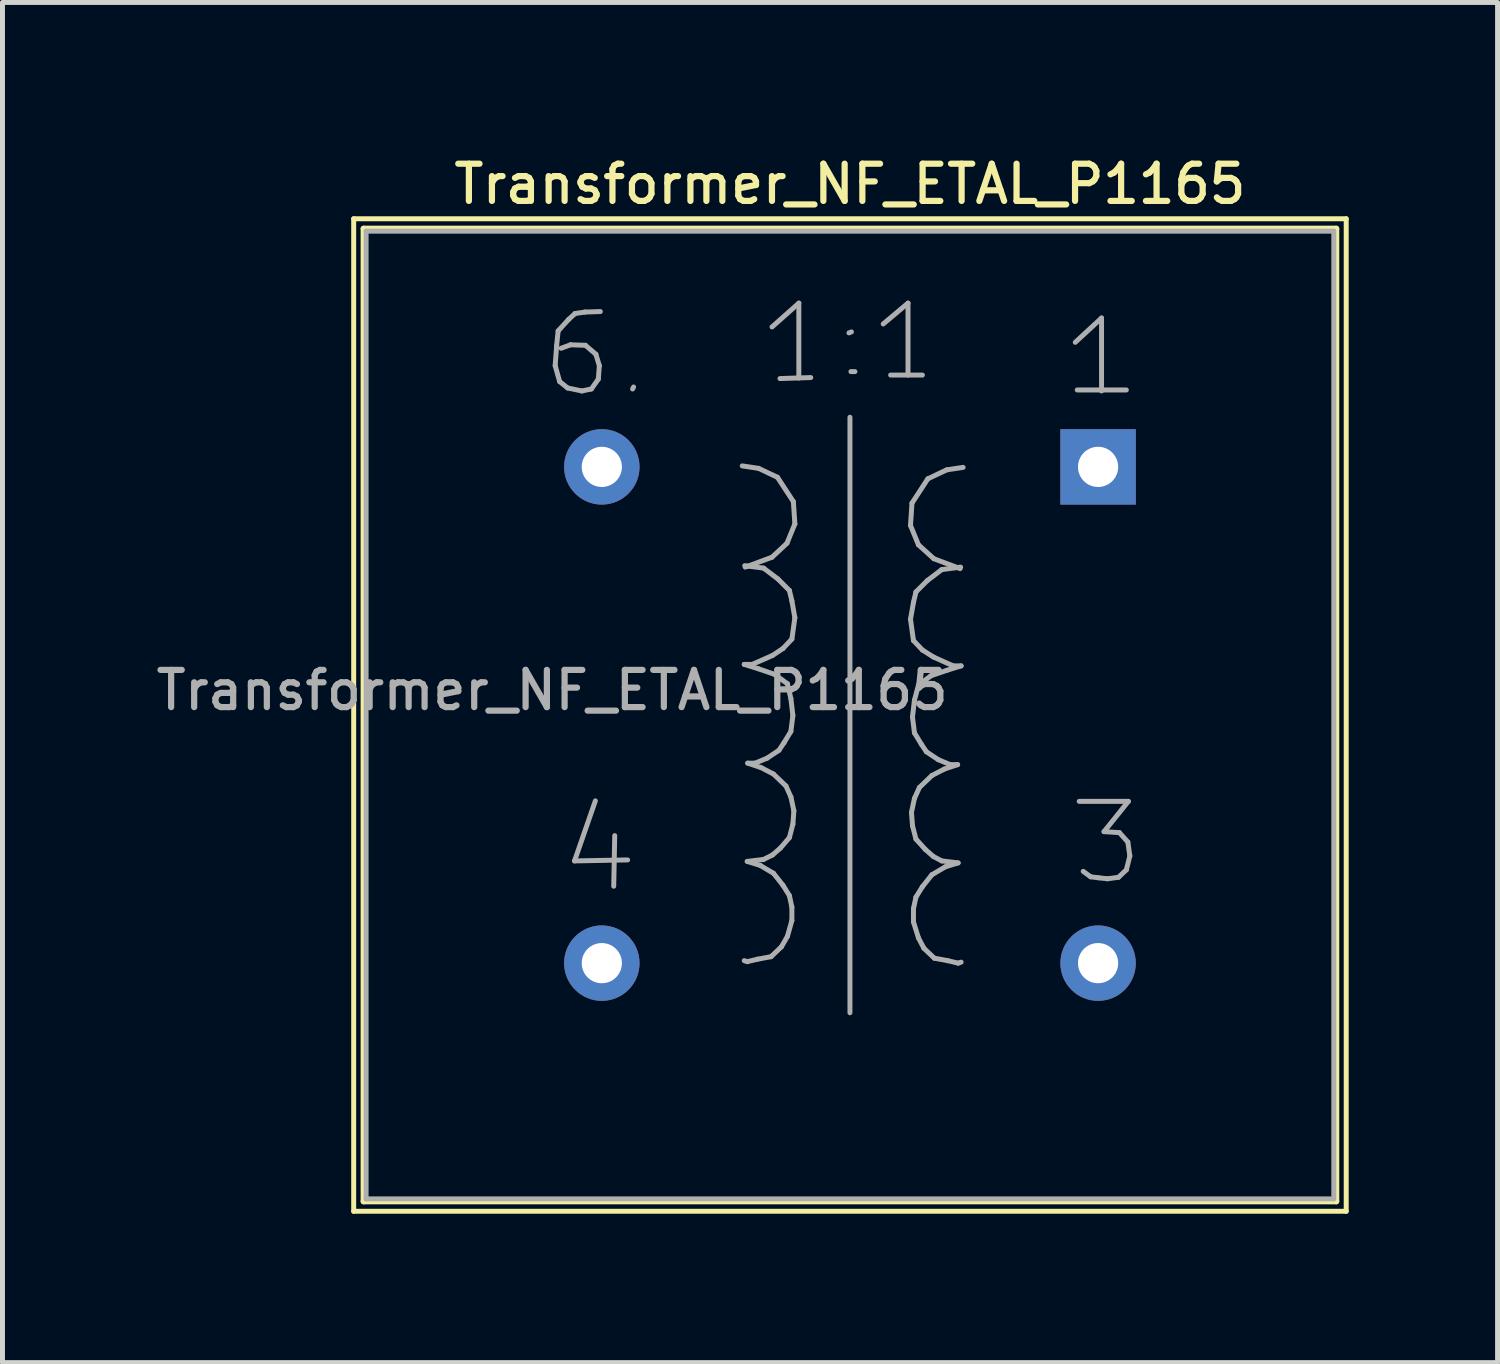
<source format=kicad_pcb>
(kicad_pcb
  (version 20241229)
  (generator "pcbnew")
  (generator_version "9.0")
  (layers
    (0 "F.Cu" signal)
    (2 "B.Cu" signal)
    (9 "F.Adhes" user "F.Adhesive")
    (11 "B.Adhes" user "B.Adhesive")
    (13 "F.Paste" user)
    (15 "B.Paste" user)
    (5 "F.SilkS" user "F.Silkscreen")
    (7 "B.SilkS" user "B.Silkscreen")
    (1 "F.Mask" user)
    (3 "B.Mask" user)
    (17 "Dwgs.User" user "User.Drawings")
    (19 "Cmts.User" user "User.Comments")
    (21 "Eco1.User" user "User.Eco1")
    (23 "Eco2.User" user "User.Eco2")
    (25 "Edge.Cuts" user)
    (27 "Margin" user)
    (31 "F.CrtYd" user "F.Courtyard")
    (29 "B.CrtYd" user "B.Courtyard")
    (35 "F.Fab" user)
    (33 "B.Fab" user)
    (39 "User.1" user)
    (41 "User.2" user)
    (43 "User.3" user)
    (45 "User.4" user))
  (footprint "Transformer_NF_ETAL_P1165"
    (layer "F.Cu")
    (at 19.077 6.358)
    (property "Reference" "Transformer_NF_ETAL_P1165" (at -5 -5.7 0) (layer "F.SilkS") (effects (font (size 0.75 0.75) (thickness 0.125))))
    (attr through_hole)
    (fp_line (start -15 -5) (end -15 15) (stroke (width 0.1) (type solid)) (layer "F.SilkS"))
    (fp_line (start -15 -5) (end 5 -5) (stroke (width 0.1) (type solid)) (layer "F.SilkS"))
    (fp_line (start -14.8 -4.8) (end 4.8 -4.8) (stroke (width 0.12) (type solid)) (layer "F.SilkS"))
    (fp_line (start -14.8 14.8) (end -14.8 -4.8) (stroke (width 0.12) (type solid)) (layer "F.SilkS"))
    (fp_line (start 4.8 -4.8) (end 4.8 14.8) (stroke (width 0.12) (type solid)) (layer "F.SilkS"))
    (fp_line (start 4.8 14.8) (end -14.8 14.8) (stroke (width 0.12) (type solid)) (layer "F.SilkS"))
    (fp_line (start 5 15) (end -15 15) (stroke (width 0.1) (type solid)) (layer "F.SilkS"))
    (fp_line (start 5 15) (end 5 -5) (stroke (width 0.1) (type solid)) (layer "F.SilkS"))
    (fp_line (start -14.75 -4.75) (end -14.75 14.75) (stroke (width 0.1) (type solid)) (layer "F.Fab"))
    (fp_line (start -14.75 14.75) (end 4.75 14.75) (stroke (width 0.1) (type solid)) (layer "F.Fab"))
    (fp_line (start -10.94 -2.04) (end -10.85 -1.72) (stroke (width 0.1) (type solid)) (layer "F.Fab"))
    (fp_line (start -10.91 -2.45) (end -10.94 -2.04) (stroke (width 0.1) (type solid)) (layer "F.Fab"))
    (fp_line (start -10.88 -2.74) (end -10.91 -2.45) (stroke (width 0.1) (type solid)) (layer "F.Fab"))
    (fp_line (start -10.85 -1.72) (end -10.69 -1.59) (stroke (width 0.1) (type solid)) (layer "F.Fab"))
    (fp_line (start -10.69 -1.59) (end -10.4 -1.53) (stroke (width 0.1) (type solid)) (layer "F.Fab"))
    (fp_line (start -10.67 -2.97) (end -10.88 -2.74) (stroke (width 0.1) (type solid)) (layer "F.Fab"))
    (fp_line (start -10.63 -2.46) (end -10.82 -2.39) (stroke (width 0.1) (type solid)) (layer "F.Fab"))
    (fp_line (start -10.55 7.94) (end -9.48 7.92) (stroke (width 0.1) (type solid)) (layer "F.Fab"))
    (fp_line (start -10.54 -3.09) (end -10.67 -2.97) (stroke (width 0.1) (type solid)) (layer "F.Fab"))
    (fp_line (start -10.4 -1.53) (end -10.21 -1.57) (stroke (width 0.1) (type solid)) (layer "F.Fab"))
    (fp_line (start -10.34 -3.12) (end -10.54 -3.09) (stroke (width 0.1) (type solid)) (layer "F.Fab"))
    (fp_line (start -10.33 -2.45) (end -10.63 -2.46) (stroke (width 0.1) (type solid)) (layer "F.Fab"))
    (fp_line (start -10.21 -1.57) (end -10.07 -1.77) (stroke (width 0.1) (type solid)) (layer "F.Fab"))
    (fp_line (start -10.13 6.73) (end -10.55 7.94) (stroke (width 0.1) (type solid)) (layer "F.Fab"))
    (fp_line (start -10.12 -2.27) (end -10.33 -2.45) (stroke (width 0.1) (type solid)) (layer "F.Fab"))
    (fp_line (start -10.07 -1.77) (end -10.05 -2.04) (stroke (width 0.1) (type solid)) (layer "F.Fab"))
    (fp_line (start -10.05 -2.04) (end -10.12 -2.27) (stroke (width 0.1) (type solid)) (layer "F.Fab"))
    (fp_line (start -10.03 -3.13) (end -10.34 -3.12) (stroke (width 0.1) (type solid)) (layer "F.Fab"))
    (fp_line (start -9.74 7.43) (end -9.76 8.45) (stroke (width 0.1) (type solid)) (layer "F.Fab"))
    (fp_line (start -9.38 -1.57) (end -9.36 -1.61) (stroke (width 0.1) (type solid)) (layer "F.Fab"))
    (fp_line (start -7.17 -0.02) (end -6.84 0.03) (stroke (width 0.1) (type solid)) (layer "F.Fab"))
    (fp_line (start -7.13 3.98) (end -6.84 4.07) (stroke (width 0.1) (type solid)) (layer "F.Fab"))
    (fp_line (start -7.12 1.99) (end -6.74 2.04) (stroke (width 0.1) (type solid)) (layer "F.Fab"))
    (fp_line (start -7.07 7.95) (end -6.81 8.03) (stroke (width 0.1) (type solid)) (layer "F.Fab"))
    (fp_line (start -7.07 9.97) (end -7.13 9.95) (stroke (width 0.1) (type solid)) (layer "F.Fab"))
    (fp_line (start -7.06 5.97) (end -6.79 6.06) (stroke (width 0.1) (type solid)) (layer "F.Fab"))
    (fp_line (start -6.97 3.98) (end -7.13 3.98) (stroke (width 0.1) (type solid)) (layer "F.Fab"))
    (fp_line (start -6.91 5.97) (end -7.06 5.97) (stroke (width 0.1) (type solid)) (layer "F.Fab"))
    (fp_line (start -6.86 9.92) (end -7.07 9.97) (stroke (width 0.1) (type solid)) (layer "F.Fab"))
    (fp_line (start -6.84 0.03) (end -6.46 0.21) (stroke (width 0.1) (type solid)) (layer "F.Fab"))
    (fp_line (start -6.84 4.07) (end -6.52 4.18) (stroke (width 0.1) (type solid)) (layer "F.Fab"))
    (fp_line (start -6.81 8.03) (end -6.54 8.19) (stroke (width 0.1) (type solid)) (layer "F.Fab"))
    (fp_line (start -6.79 6.06) (end -6.54 6.19) (stroke (width 0.1) (type solid)) (layer "F.Fab"))
    (fp_line (start -6.74 2.04) (end -6.45 2.26) (stroke (width 0.1) (type solid)) (layer "F.Fab"))
    (fp_line (start -6.74 7.91) (end -7.07 7.95) (stroke (width 0.1) (type solid)) (layer "F.Fab"))
    (fp_line (start -6.67 5.87) (end -6.91 5.97) (stroke (width 0.1) (type solid)) (layer "F.Fab"))
    (fp_line (start -6.59 9.87) (end -6.86 9.92) (stroke (width 0.1) (type solid)) (layer "F.Fab"))
    (fp_line (start -6.57 -2.82) (end -6.03 -3.3) (stroke (width 0.1) (type solid)) (layer "F.Fab"))
    (fp_line (start -6.57 1.82) (end -7.11 2.02) (stroke (width 0.1) (type solid)) (layer "F.Fab"))
    (fp_line (start -6.56 3.8) (end -6.97 3.98) (stroke (width 0.1) (type solid)) (layer "F.Fab"))
    (fp_line (start -6.56 7.82) (end -6.74 7.91) (stroke (width 0.1) (type solid)) (layer "F.Fab"))
    (fp_line (start -6.54 6.19) (end -6.29 6.43) (stroke (width 0.1) (type solid)) (layer "F.Fab"))
    (fp_line (start -6.54 8.19) (end -6.35 8.43) (stroke (width 0.1) (type solid)) (layer "F.Fab"))
    (fp_line (start -6.52 4.18) (end -6.26 4.37) (stroke (width 0.1) (type solid)) (layer "F.Fab"))
    (fp_line (start -6.46 0.21) (end -6.14 0.7) (stroke (width 0.1) (type solid)) (layer "F.Fab"))
    (fp_line (start -6.45 2.26) (end -6.22 2.49) (stroke (width 0.1) (type solid)) (layer "F.Fab"))
    (fp_line (start -6.43 5.71) (end -6.67 5.87) (stroke (width 0.1) (type solid)) (layer "F.Fab"))
    (fp_line (start -6.41 -1.78) (end -5.79 -1.8) (stroke (width 0.1) (type solid)) (layer "F.Fab"))
    (fp_line (start -6.4 7.68) (end -6.56 7.82) (stroke (width 0.1) (type solid)) (layer "F.Fab"))
    (fp_line (start -6.38 9.67) (end -6.59 9.87) (stroke (width 0.1) (type solid)) (layer "F.Fab"))
    (fp_line (start -6.35 3.66) (end -6.56 3.8) (stroke (width 0.1) (type solid)) (layer "F.Fab"))
    (fp_line (start -6.35 8.43) (end -6.22 8.64) (stroke (width 0.1) (type solid)) (layer "F.Fab"))
    (fp_line (start -6.33 5.56) (end -6.43 5.71) (stroke (width 0.1) (type solid)) (layer "F.Fab"))
    (fp_line (start -6.29 6.43) (end -6.19 6.65) (stroke (width 0.1) (type solid)) (layer "F.Fab"))
    (fp_line (start -6.27 1.54) (end -6.57 1.82) (stroke (width 0.1) (type solid)) (layer "F.Fab"))
    (fp_line (start -6.26 4.37) (end -6.19 4.67) (stroke (width 0.1) (type solid)) (layer "F.Fab"))
    (fp_line (start -6.26 9.46) (end -6.38 9.67) (stroke (width 0.1) (type solid)) (layer "F.Fab"))
    (fp_line (start -6.22 2.49) (end -6.17 2.7) (stroke (width 0.1) (type solid)) (layer "F.Fab"))
    (fp_line (start -6.22 7.47) (end -6.4 7.68) (stroke (width 0.1) (type solid)) (layer "F.Fab"))
    (fp_line (start -6.22 8.64) (end -6.17 8.87) (stroke (width 0.1) (type solid)) (layer "F.Fab"))
    (fp_line (start -6.19 4.67) (end -6.15 5.01) (stroke (width 0.1) (type solid)) (layer "F.Fab"))
    (fp_line (start -6.19 5.33) (end -6.33 5.56) (stroke (width 0.1) (type solid)) (layer "F.Fab"))
    (fp_line (start -6.19 6.65) (end -6.13 6.93) (stroke (width 0.1) (type solid)) (layer "F.Fab"))
    (fp_line (start -6.17 2.7) (end -6.11 3.04) (stroke (width 0.1) (type solid)) (layer "F.Fab"))
    (fp_line (start -6.17 3.47) (end -6.35 3.66) (stroke (width 0.1) (type solid)) (layer "F.Fab"))
    (fp_line (start -6.17 8.87) (end -6.17 9.14) (stroke (width 0.1) (type solid)) (layer "F.Fab"))
    (fp_line (start -6.17 9.14) (end -6.26 9.46) (stroke (width 0.1) (type solid)) (layer "F.Fab"))
    (fp_line (start -6.15 5.01) (end -6.19 5.33) (stroke (width 0.1) (type solid)) (layer "F.Fab"))
    (fp_line (start -6.15 7.2) (end -6.22 7.47) (stroke (width 0.1) (type solid)) (layer "F.Fab"))
    (fp_line (start -6.14 0.7) (end -6.11 1.15) (stroke (width 0.1) (type solid)) (layer "F.Fab"))
    (fp_line (start -6.13 6.93) (end -6.15 7.2) (stroke (width 0.1) (type solid)) (layer "F.Fab"))
    (fp_line (start -6.11 1.15) (end -6.27 1.54) (stroke (width 0.1) (type solid)) (layer "F.Fab"))
    (fp_line (start -6.11 3.04) (end -6.17 3.47) (stroke (width 0.1) (type solid)) (layer "F.Fab"))
    (fp_line (start -6.03 -3.3) (end -6.03 -1.79) (stroke (width 0.1) (type solid)) (layer "F.Fab"))
    (fp_line (start -5 -1) (end -5 11) (stroke (width 0.1) (type solid)) (layer "F.Fab"))
    (fp_line (start -4.97 -2.72) (end -5.02 -2.7) (stroke (width 0.1) (type solid)) (layer "F.Fab"))
    (fp_line (start -4.9 -1.92) (end -4.98 -1.92) (stroke (width 0.1) (type solid)) (layer "F.Fab"))
    (fp_line (start -4.33 -2.88) (end -3.83 -3.3) (stroke (width 0.1) (type solid)) (layer "F.Fab"))
    (fp_line (start -4.18 -1.85) (end -3.54 -1.85) (stroke (width 0.1) (type solid)) (layer "F.Fab"))
    (fp_line (start -3.83 -3.3) (end -3.83 -1.85) (stroke (width 0.1) (type solid)) (layer "F.Fab"))
    (fp_line (start -3.78 1.18) (end -3.62 1.57) (stroke (width 0.1) (type solid)) (layer "F.Fab"))
    (fp_line (start -3.78 3.07) (end -3.72 3.5) (stroke (width 0.1) (type solid)) (layer "F.Fab"))
    (fp_line (start -3.76 6.96) (end -3.74 7.23) (stroke (width 0.1) (type solid)) (layer "F.Fab"))
    (fp_line (start -3.75 0.73) (end -3.78 1.18) (stroke (width 0.1) (type solid)) (layer "F.Fab"))
    (fp_line (start -3.74 5.04) (end -3.7 5.36) (stroke (width 0.1) (type solid)) (layer "F.Fab"))
    (fp_line (start -3.74 7.23) (end -3.67 7.5) (stroke (width 0.1) (type solid)) (layer "F.Fab"))
    (fp_line (start -3.72 2.73) (end -3.78 3.07) (stroke (width 0.1) (type solid)) (layer "F.Fab"))
    (fp_line (start -3.72 3.5) (end -3.54 3.69) (stroke (width 0.1) (type solid)) (layer "F.Fab"))
    (fp_line (start -3.72 8.9) (end -3.72 9.17) (stroke (width 0.1) (type solid)) (layer "F.Fab"))
    (fp_line (start -3.72 9.17) (end -3.62 9.49) (stroke (width 0.1) (type solid)) (layer "F.Fab"))
    (fp_line (start -3.7 4.7) (end -3.74 5.04) (stroke (width 0.1) (type solid)) (layer "F.Fab"))
    (fp_line (start -3.7 5.36) (end -3.56 5.59) (stroke (width 0.1) (type solid)) (layer "F.Fab"))
    (fp_line (start -3.7 6.68) (end -3.76 6.96) (stroke (width 0.1) (type solid)) (layer "F.Fab"))
    (fp_line (start -3.67 2.52) (end -3.72 2.73) (stroke (width 0.1) (type solid)) (layer "F.Fab"))
    (fp_line (start -3.67 7.5) (end -3.48 7.71) (stroke (width 0.1) (type solid)) (layer "F.Fab"))
    (fp_line (start -3.67 8.67) (end -3.72 8.9) (stroke (width 0.1) (type solid)) (layer "F.Fab"))
    (fp_line (start -3.62 1.57) (end -3.31 1.85) (stroke (width 0.1) (type solid)) (layer "F.Fab"))
    (fp_line (start -3.62 4.4) (end -3.7 4.7) (stroke (width 0.1) (type solid)) (layer "F.Fab"))
    (fp_line (start -3.62 9.49) (end -3.51 9.7) (stroke (width 0.1) (type solid)) (layer "F.Fab"))
    (fp_line (start -3.6 6.46) (end -3.7 6.68) (stroke (width 0.1) (type solid)) (layer "F.Fab"))
    (fp_line (start -3.56 5.59) (end -3.46 5.74) (stroke (width 0.1) (type solid)) (layer "F.Fab"))
    (fp_line (start -3.54 3.69) (end -3.32 3.83) (stroke (width 0.1) (type solid)) (layer "F.Fab"))
    (fp_line (start -3.54 8.46) (end -3.67 8.67) (stroke (width 0.1) (type solid)) (layer "F.Fab"))
    (fp_line (start -3.51 9.7) (end -3.3 9.9) (stroke (width 0.1) (type solid)) (layer "F.Fab"))
    (fp_line (start -3.48 7.71) (end -3.32 7.85) (stroke (width 0.1) (type solid)) (layer "F.Fab"))
    (fp_line (start -3.46 5.74) (end -3.22 5.9) (stroke (width 0.1) (type solid)) (layer "F.Fab"))
    (fp_line (start -3.44 2.29) (end -3.67 2.52) (stroke (width 0.1) (type solid)) (layer "F.Fab"))
    (fp_line (start -3.43 0.24) (end -3.75 0.73) (stroke (width 0.1) (type solid)) (layer "F.Fab"))
    (fp_line (start -3.37 4.21) (end -3.62 4.4) (stroke (width 0.1) (type solid)) (layer "F.Fab"))
    (fp_line (start -3.35 6.22) (end -3.6 6.46) (stroke (width 0.1) (type solid)) (layer "F.Fab"))
    (fp_line (start -3.35 8.22) (end -3.54 8.46) (stroke (width 0.1) (type solid)) (layer "F.Fab"))
    (fp_line (start -3.32 3.83) (end -2.92 4.01) (stroke (width 0.1) (type solid)) (layer "F.Fab"))
    (fp_line (start -3.32 7.85) (end -3.15 7.94) (stroke (width 0.1) (type solid)) (layer "F.Fab"))
    (fp_line (start -3.31 1.85) (end -2.78 2.05) (stroke (width 0.1) (type solid)) (layer "F.Fab"))
    (fp_line (start -3.3 9.9) (end -3.03 9.95) (stroke (width 0.1) (type solid)) (layer "F.Fab"))
    (fp_line (start -3.22 5.9) (end -2.98 6) (stroke (width 0.1) (type solid)) (layer "F.Fab"))
    (fp_line (start -3.15 2.07) (end -3.44 2.29) (stroke (width 0.1) (type solid)) (layer "F.Fab"))
    (fp_line (start -3.15 7.94) (end -2.82 7.98) (stroke (width 0.1) (type solid)) (layer "F.Fab"))
    (fp_line (start -3.1 6.09) (end -3.35 6.22) (stroke (width 0.1) (type solid)) (layer "F.Fab"))
    (fp_line (start -3.08 8.06) (end -3.35 8.22) (stroke (width 0.1) (type solid)) (layer "F.Fab"))
    (fp_line (start -3.05 0.06) (end -3.43 0.24) (stroke (width 0.1) (type solid)) (layer "F.Fab"))
    (fp_line (start -3.05 4.1) (end -3.37 4.21) (stroke (width 0.1) (type solid)) (layer "F.Fab"))
    (fp_line (start -3.03 9.95) (end -2.82 10) (stroke (width 0.1) (type solid)) (layer "F.Fab"))
    (fp_line (start -2.98 6) (end -2.83 6) (stroke (width 0.1) (type solid)) (layer "F.Fab"))
    (fp_line (start -2.92 4.01) (end -2.76 4.01) (stroke (width 0.1) (type solid)) (layer "F.Fab"))
    (fp_line (start -2.83 6) (end -3.1 6.09) (stroke (width 0.1) (type solid)) (layer "F.Fab"))
    (fp_line (start -2.82 7.98) (end -3.08 8.06) (stroke (width 0.1) (type solid)) (layer "F.Fab"))
    (fp_line (start -2.82 10) (end -2.76 9.98) (stroke (width 0.1) (type solid)) (layer "F.Fab"))
    (fp_line (start -2.77 2.02) (end -3.15 2.07) (stroke (width 0.1) (type solid)) (layer "F.Fab"))
    (fp_line (start -2.76 4.01) (end -3.05 4.1) (stroke (width 0.1) (type solid)) (layer "F.Fab"))
    (fp_line (start -2.72 0.01) (end -3.05 0.06) (stroke (width 0.1) (type solid)) (layer "F.Fab"))
    (fp_line (start -0.46 -2.51) (end 0.07 -3) (stroke (width 0.1) (type solid)) (layer "F.Fab"))
    (fp_line (start -0.42 -1.55) (end 0.57 -1.55) (stroke (width 0.1) (type solid)) (layer "F.Fab"))
    (fp_line (start -0.38 6.74) (end 0.61 6.74) (stroke (width 0.1) (type solid)) (layer "F.Fab"))
    (fp_line (start -0.15 8.26) (end -0.3 8.15) (stroke (width 0.1) (type solid)) (layer "F.Fab"))
    (fp_line (start 0.01 8.28) (end -0.15 8.26) (stroke (width 0.1) (type solid)) (layer "F.Fab"))
    (fp_line (start 0.07 -3) (end 0.07 -1.53) (stroke (width 0.1) (type solid)) (layer "F.Fab"))
    (fp_line (start 0.12 7.35) (end 0.43 7.37) (stroke (width 0.1) (type solid)) (layer "F.Fab"))
    (fp_line (start 0.19 8.3) (end 0.01 8.28) (stroke (width 0.1) (type solid)) (layer "F.Fab"))
    (fp_line (start 0.41 8.27) (end 0.19 8.3) (stroke (width 0.1) (type solid)) (layer "F.Fab"))
    (fp_line (start 0.43 7.37) (end 0.6 7.56) (stroke (width 0.1) (type solid)) (layer "F.Fab"))
    (fp_line (start 0.57 8.12) (end 0.41 8.27) (stroke (width 0.1) (type solid)) (layer "F.Fab"))
    (fp_line (start 0.6 7.56) (end 0.64 7.84) (stroke (width 0.1) (type solid)) (layer "F.Fab"))
    (fp_line (start 0.61 6.74) (end 0.12 7.35) (stroke (width 0.1) (type solid)) (layer "F.Fab"))
    (fp_line (start 0.64 7.84) (end 0.57 8.12) (stroke (width 0.1) (type solid)) (layer "F.Fab"))
    (fp_line (start 4.75 -4.75) (end -14.75 -4.75) (stroke (width 0.1) (type solid)) (layer "F.Fab"))
    (fp_line (start 4.75 14.75) (end 4.75 -4.75) (stroke (width 0.1) (type solid)) (layer "F.Fab"))
    (fp_text user "${REFERENCE}" (at -11 4.5 0) (layer "F.Fab") (effects (font (size 0.75 0.75) (thickness 0.125))))
    (pad "1" thru_hole rect (at 0 0) (size 1.52 1.52) (drill 0.81) (layers "*.Cu" "*.Mask"))
    (pad "3" thru_hole circle (at 0 10) (size 1.52 1.52) (drill 0.81) (layers "*.Cu" "*.Mask"))
    (pad "4" thru_hole circle (at -10 10) (size 1.52 1.52) (drill 0.81) (layers "*.Cu" "*.Mask"))
    (pad "6" thru_hole circle (at -10 0) (size 1.52 1.52) (drill 0.81) (layers "*.Cu" "*.Mask")))
  (gr_rect
    (start -3 -3)
    (end 27.127 24.408)
    (stroke (width 0.1) (type default))
    (fill no)
    (layer "Edge.Cuts")))
</source>
